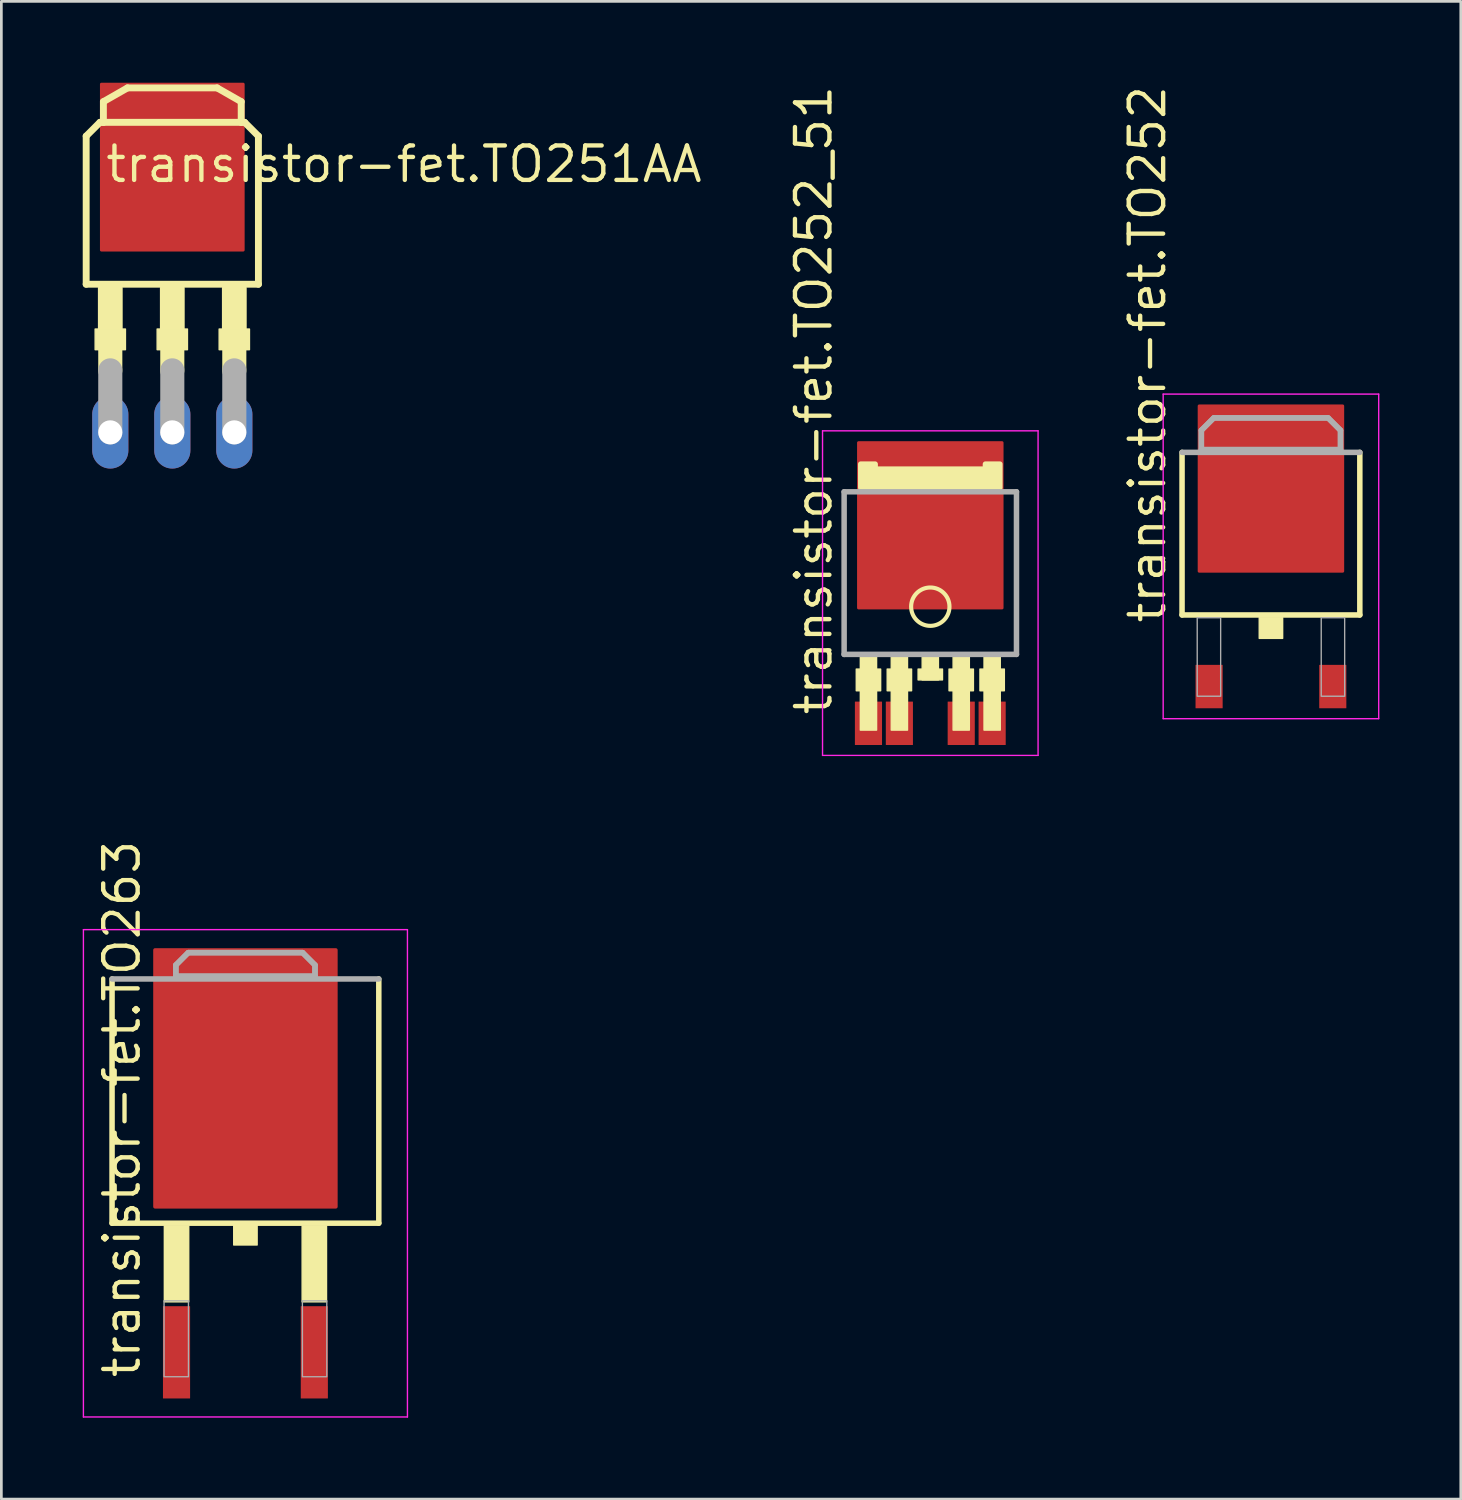
<source format=kicad_pcb>
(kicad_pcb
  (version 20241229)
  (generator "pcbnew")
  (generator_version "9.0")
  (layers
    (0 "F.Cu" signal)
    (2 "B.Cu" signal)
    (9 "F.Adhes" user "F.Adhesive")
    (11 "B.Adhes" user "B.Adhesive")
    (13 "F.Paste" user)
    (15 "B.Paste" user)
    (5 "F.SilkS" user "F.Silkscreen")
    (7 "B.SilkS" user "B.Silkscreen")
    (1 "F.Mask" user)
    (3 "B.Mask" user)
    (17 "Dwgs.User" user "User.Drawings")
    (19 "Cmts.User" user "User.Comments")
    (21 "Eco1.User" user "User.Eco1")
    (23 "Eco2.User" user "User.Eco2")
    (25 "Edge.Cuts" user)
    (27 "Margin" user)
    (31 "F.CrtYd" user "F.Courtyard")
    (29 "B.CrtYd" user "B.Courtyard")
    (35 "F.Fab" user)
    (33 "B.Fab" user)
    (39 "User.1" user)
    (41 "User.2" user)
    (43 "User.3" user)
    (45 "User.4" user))
  (footprint "transistor-fet.TO252_51"
    (layer "F.Cu")
    (at 31.247 18.816)
    (property "Reference" "transistor-fet.TO252_51" (at -3.556 4.572 90) (layer "F.SilkS") (effects (font (size 1.27 1.27) (thickness 0.16)) (justify left bottom)))
    (attr smd)
    (fp_rect (start -2.73 3.6) (end -1.83 2.8) (stroke (width 0.05) (type default)) (fill yes) (layer "F.SilkS"))
    (fp_rect (start -2.58 5.05) (end -1.98 2.2) (stroke (width 0.05) (type default)) (fill yes) (layer "F.SilkS"))
    (fp_rect (start -1.59 3.6) (end -0.69 2.8) (stroke (width 0.05) (type default)) (fill yes) (layer "F.SilkS"))
    (fp_rect (start -1.44 5.05) (end -0.84 2.2) (stroke (width 0.05) (type default)) (fill yes) (layer "F.SilkS"))
    (fp_rect (start -0.45 3.2) (end 0.45 2.8) (stroke (width 0.05) (type default)) (fill yes) (layer "F.SilkS"))
    (fp_rect (start -0.3 3.2) (end 0.3 2.2) (stroke (width 0.05) (type default)) (fill yes) (layer "F.SilkS"))
    (fp_rect (start 0.69 3.6) (end 1.59 2.8) (stroke (width 0.05) (type default)) (fill yes) (layer "F.SilkS"))
    (fp_rect (start 0.84 5.05) (end 1.44 2.2) (stroke (width 0.05) (type default)) (fill yes) (layer "F.SilkS"))
    (fp_rect (start 1.83 3.6) (end 2.73 2.8) (stroke (width 0.05) (type default)) (fill yes) (layer "F.SilkS"))
    (fp_rect (start 1.98 5.05) (end 2.58 2.2) (stroke (width 0.05) (type default)) (fill yes) (layer "F.SilkS"))
    (fp_circle (center 0 0.5) (end 0.707 0.5) (stroke (width 0.152) (type default)) (fill no) (layer "F.SilkS"))
    (fp_poly (pts (xy -2.565 -3.887) (xy -2.565 -4.756) (xy -2.032 -4.756) (xy -2.032 -4.572) (xy 2.032 -4.572) (xy 2.032 -4.756) (xy 2.565 -4.756) (xy 2.565 -3.887)) (stroke (width 0.2) (type default)) (fill yes) (layer "F.SilkS"))
    (fp_line (start -3.973 -5.983) (end 3.973 -5.983) (stroke (width 0.051) (type default)) (layer "F.CrtYd"))
    (fp_line (start -3.973 5.983) (end -3.973 -5.983) (stroke (width 0.051) (type default)) (layer "F.CrtYd"))
    (fp_line (start 3.973 -5.983) (end 3.973 5.983) (stroke (width 0.051) (type default)) (layer "F.CrtYd"))
    (fp_line (start 3.973 5.983) (end -3.973 5.983) (stroke (width 0.051) (type default)) (layer "F.CrtYd"))
    (fp_line (start -3.177 -3.735) (end 3.177 -3.735) (stroke (width 0.203) (type default)) (layer "F.Fab"))
    (fp_line (start -3.177 2.26) (end -3.177 -3.735) (stroke (width 0.203) (type default)) (layer "F.Fab"))
    (fp_line (start 3.177 -3.735) (end 3.177 2.259) (stroke (width 0.203) (type default)) (layer "F.Fab"))
    (fp_line (start 3.177 2.259) (end -3.178 2.259) (stroke (width 0.203) (type default)) (layer "F.Fab"))
    (pad "1" smd roundrect (at -2.28 4.8) (size 1 1.6) (layers "F.Cu" "F.Mask" "F.Paste") (roundrect_rratio 0.01))
    (pad "2" smd roundrect (at -1.14 4.8) (size 1 1.6) (layers "F.Cu" "F.Mask" "F.Paste") (roundrect_rratio 0.01))
    (pad "3" smd roundrect (at 1.14 4.8) (size 1 1.6) (layers "F.Cu" "F.Mask" "F.Paste") (roundrect_rratio 0.01))
    (pad "4" smd roundrect (at 2.28 4.8) (size 1 1.6) (layers "F.Cu" "F.Mask" "F.Paste") (roundrect_rratio 0.01))
    (pad "5" smd roundrect (at 0 -2.5) (size 5.4 6.2) (layers "F.Cu" "F.Mask" "F.Paste") (roundrect_rratio 0.01)))
  (footprint "transistor-fet.TO252"
    (layer "F.Cu")
    (at 43.805 17.462)
    (property "Reference" "transistor-fet.TO252" (at -3.81 2.54 90) (layer "F.SilkS") (effects (font (size 1.27 1.27) (thickness 0.16)) (justify left bottom)))
    (attr smd)
    (fp_line (start -3.277 2.159) (end -3.277 -3.835) (stroke (width 0.203) (type default)) (layer "F.SilkS"))
    (fp_line (start 3.277 -3.835) (end 3.277 2.159) (stroke (width 0.203) (type default)) (layer "F.SilkS"))
    (fp_line (start 3.277 2.159) (end -3.277 2.159) (stroke (width 0.203) (type default)) (layer "F.SilkS"))
    (fp_rect (start -0.432 3.023) (end 0.432 2.261) (stroke (width 0.05) (type default)) (fill yes) (layer "F.SilkS"))
    (fp_line (start -3.973 -5.983) (end 3.973 -5.983) (stroke (width 0.051) (type default)) (layer "F.CrtYd"))
    (fp_line (start -3.973 5.983) (end -3.973 -5.983) (stroke (width 0.051) (type default)) (layer "F.CrtYd"))
    (fp_line (start 3.973 -5.983) (end 3.973 5.983) (stroke (width 0.051) (type default)) (layer "F.CrtYd"))
    (fp_line (start 3.973 5.983) (end -3.973 5.983) (stroke (width 0.051) (type default)) (layer "F.CrtYd"))
    (fp_line (start -3.277 -3.835) (end 3.277 -3.835) (stroke (width 0.203) (type default)) (layer "F.Fab"))
    (fp_line (start -2.565 -4.648) (end -2.108 -5.105) (stroke (width 0.203) (type default)) (layer "F.Fab"))
    (fp_line (start -2.565 -3.937) (end -2.565 -4.648) (stroke (width 0.203) (type default)) (layer "F.Fab"))
    (fp_line (start -2.108 -5.105) (end 2.108 -5.105) (stroke (width 0.203) (type default)) (layer "F.Fab"))
    (fp_line (start 2.108 -5.105) (end 2.565 -4.648) (stroke (width 0.203) (type default)) (layer "F.Fab"))
    (fp_line (start 2.565 -4.648) (end 2.565 -3.937) (stroke (width 0.203) (type default)) (layer "F.Fab"))
    (fp_line (start 2.565 -3.937) (end -2.565 -3.937) (stroke (width 0.203) (type default)) (layer "F.Fab"))
    (fp_rect (start -2.718 5.156) (end -1.854 2.261) (stroke (width 0.05) (type default)) (fill no) (layer "F.Fab"))
    (fp_rect (start 1.854 5.156) (end 2.718 2.261) (stroke (width 0.05) (type default)) (fill no) (layer "F.Fab"))
    (fp_poly (pts (xy -2.565 -3.937) (xy -2.565 -4.648) (xy -2.108 -5.105) (xy 2.108 -5.105) (xy 2.565 -4.648) (xy 2.565 -3.937)) (stroke (width 0.2) (type default)) (fill no) (layer "F.Fab"))
    (pad "1" smd roundrect (at -2.28 4.8) (size 1 1.6) (layers "F.Cu" "F.Mask" "F.Paste") (roundrect_rratio 0.01))
    (pad "2" smd roundrect (at 2.28 4.8) (size 1 1.6) (layers "F.Cu" "F.Mask" "F.Paste") (roundrect_rratio 0.01))
    (pad "3" smd roundrect (at 0 -2.5) (size 5.4 6.2) (layers "F.Cu" "F.Mask" "F.Paste") (roundrect_rratio 0.01)))
  (footprint "transistor-fet.TO263"
    (layer "F.Cu")
    (at 5.998 40.206)
    (property "Reference" "transistor-fet.TO263" (at -3.81 7.62 90) (layer "F.SilkS") (effects (font (size 1.27 1.27) (thickness 0.16)) (justify left bottom)))
    (attr smd)
    (fp_line (start -4.917 1.839) (end -4.917 -7.165) (stroke (width 0.203) (type default)) (layer "F.SilkS"))
    (fp_line (start 4.917 -7.165) (end 4.917 1.839) (stroke (width 0.203) (type default)) (layer "F.SilkS"))
    (fp_line (start 4.917 1.839) (end -4.917 1.839) (stroke (width 0.203) (type default)) (layer "F.SilkS"))
    (fp_rect (start -2.99 4.74) (end -2.09 1.94) (stroke (width 0.05) (type default)) (fill yes) (layer "F.SilkS"))
    (fp_rect (start -0.432 2.643) (end 0.432 1.881) (stroke (width 0.05) (type default)) (fill yes) (layer "F.SilkS"))
    (fp_rect (start 2.09 4.74) (end 2.99 1.94) (stroke (width 0.05) (type default)) (fill yes) (layer "F.SilkS"))
    (fp_line (start -5.973 -8.983) (end 5.973 -8.983) (stroke (width 0.051) (type default)) (layer "F.CrtYd"))
    (fp_line (start -5.973 8.983) (end -5.973 -8.983) (stroke (width 0.051) (type default)) (layer "F.CrtYd"))
    (fp_line (start 5.973 -8.983) (end 5.973 8.983) (stroke (width 0.051) (type default)) (layer "F.CrtYd"))
    (fp_line (start 5.973 8.983) (end -5.973 8.983) (stroke (width 0.051) (type default)) (layer "F.CrtYd"))
    (fp_line (start -4.917 -7.165) (end 4.917 -7.165) (stroke (width 0.203) (type default)) (layer "F.Fab"))
    (fp_line (start -2.565 -7.678) (end -2.108 -8.135) (stroke (width 0.203) (type default)) (layer "F.Fab"))
    (fp_line (start -2.565 -7.267) (end -2.565 -7.678) (stroke (width 0.203) (type default)) (layer "F.Fab"))
    (fp_line (start -2.108 -8.135) (end 2.108 -8.135) (stroke (width 0.203) (type default)) (layer "F.Fab"))
    (fp_line (start 2.108 -8.135) (end 2.565 -7.678) (stroke (width 0.203) (type default)) (layer "F.Fab"))
    (fp_line (start 2.565 -7.678) (end 2.565 -7.267) (stroke (width 0.203) (type default)) (layer "F.Fab"))
    (fp_line (start 2.565 -7.267) (end -2.565 -7.267) (stroke (width 0.203) (type default)) (layer "F.Fab"))
    (fp_rect (start -3 7.5) (end -2.1 4.7) (stroke (width 0.05) (type default)) (fill no) (layer "F.Fab"))
    (fp_rect (start 2.1 7.5) (end 3 4.7) (stroke (width 0.05) (type default)) (fill no) (layer "F.Fab"))
    (fp_poly (pts (xy -2.565 -7.267) (xy -2.565 -7.678) (xy -2.108 -8.135) (xy 2.108 -8.135) (xy 2.565 -7.678) (xy 2.565 -7.267)) (stroke (width 0.203) (type default)) (fill no) (layer "F.Fab"))
    (pad "1" smd roundrect (at -2.54 6.6) (size 1 3.4) (layers "F.Cu" "F.Mask" "F.Paste") (roundrect_rratio 0.01))
    (pad "2" smd roundrect (at 2.54 6.6) (size 1 3.4) (layers "F.Cu" "F.Mask" "F.Paste") (roundrect_rratio 0.01))
    (pad "3" smd roundrect (at 0 -3.5) (size 6.8 9.6) (layers "F.Cu" "F.Mask" "F.Paste") (roundrect_rratio 0.01)))
  (footprint "transistor-fet.TO251AA"
    (layer "F.Cu")
    (at 3.302 7.556)
    (property "Reference" "transistor-fet.TO251AA" (at -2.54 -3.81 0) (layer "F.SilkS") (effects (font (size 1.27 1.27) (thickness 0.16)) (justify left bottom)))
    (attr smd)
    (fp_line (start -3.175 -5.588) (end -3.175 -0.127) (stroke (width 0.254) (type default)) (layer "F.SilkS"))
    (fp_line (start -3.175 -0.127) (end 3.175 -0.127) (stroke (width 0.254) (type default)) (layer "F.SilkS"))
    (fp_line (start -2.667 -6.096) (end -3.175 -5.588) (stroke (width 0.254) (type default)) (layer "F.SilkS"))
    (fp_line (start -2.54 -6.858) (end -1.651 -7.366) (stroke (width 0.254) (type default)) (layer "F.SilkS"))
    (fp_line (start -2.54 -6.096) (end -2.667 -6.096) (stroke (width 0.254) (type default)) (layer "F.SilkS"))
    (fp_line (start -2.54 -6.096) (end -2.54 -6.858) (stroke (width 0.254) (type default)) (layer "F.SilkS"))
    (fp_line (start -2.286 3.048) (end -2.286 2.286) (stroke (width 0.889) (type default)) (layer "F.SilkS"))
    (fp_line (start -1.651 -7.366) (end 1.651 -7.366) (stroke (width 0.254) (type default)) (layer "F.SilkS"))
    (fp_line (start 0 3.048) (end 0 2.286) (stroke (width 0.889) (type default)) (layer "F.SilkS"))
    (fp_line (start 1.651 -7.366) (end 2.54 -6.858) (stroke (width 0.254) (type default)) (layer "F.SilkS"))
    (fp_line (start 2.286 3.048) (end 2.286 2.286) (stroke (width 0.889) (type default)) (layer "F.SilkS"))
    (fp_line (start 2.54 -6.858) (end 2.54 -6.096) (stroke (width 0.254) (type default)) (layer "F.SilkS"))
    (fp_line (start 2.54 -6.096) (end -2.54 -6.096) (stroke (width 0.254) (type default)) (layer "F.SilkS"))
    (fp_line (start 2.667 -6.096) (end 2.54 -6.096) (stroke (width 0.254) (type default)) (layer "F.SilkS"))
    (fp_line (start 3.175 -5.588) (end 2.667 -6.096) (stroke (width 0.254) (type default)) (layer "F.SilkS"))
    (fp_line (start 3.175 -0.127) (end 3.175 -5.588) (stroke (width 0.254) (type default)) (layer "F.SilkS"))
    (fp_rect (start -2.845 2.286) (end -1.727 1.524) (stroke (width 0.05) (type default)) (fill yes) (layer "F.SilkS"))
    (fp_rect (start -2.718 1.524) (end -1.854 0) (stroke (width 0.05) (type default)) (fill yes) (layer "F.SilkS"))
    (fp_rect (start -0.559 2.286) (end 0.559 1.524) (stroke (width 0.05) (type default)) (fill yes) (layer "F.SilkS"))
    (fp_rect (start -0.432 1.524) (end 0.432 0) (stroke (width 0.05) (type default)) (fill yes) (layer "F.SilkS"))
    (fp_rect (start 1.727 2.286) (end 2.845 1.524) (stroke (width 0.05) (type default)) (fill yes) (layer "F.SilkS"))
    (fp_rect (start 1.854 1.524) (end 2.718 0) (stroke (width 0.05) (type default)) (fill yes) (layer "F.SilkS"))
    (fp_line (start -2.286 5.334) (end -2.286 3.048) (stroke (width 0.889) (type default)) (layer "F.Fab"))
    (fp_line (start 0 5.334) (end 0 3.048) (stroke (width 0.889) (type default)) (layer "F.Fab"))
    (fp_line (start 2.286 5.334) (end 2.286 3.048) (stroke (width 0.889) (type default)) (layer "F.Fab"))
    (pad "1" thru_hole oval (at -2.286 5.334 90) (size 2.667 1.333) (drill 0.889) (layers "*.Cu" "*.Mask"))
    (pad "2" thru_hole oval (at 0 5.334 90) (size 2.667 1.333) (drill 0.889) (layers "*.Cu" "*.Mask"))
    (pad "3" thru_hole oval (at 2.286 5.334 90) (size 2.667 1.333) (drill 0.889) (layers "*.Cu" "*.Mask"))
    (pad "4" smd roundrect (at 0 -4.445) (size 5.334 6.223) (layers "F.Cu" "F.Mask" "F.Paste") (roundrect_rratio 0.01)))
  (gr_rect
    (start -3 -3)
    (end 50.804 52.215)
    (stroke (width 0.1) (type default))
    (fill no)
    (layer "Edge.Cuts")))
</source>
